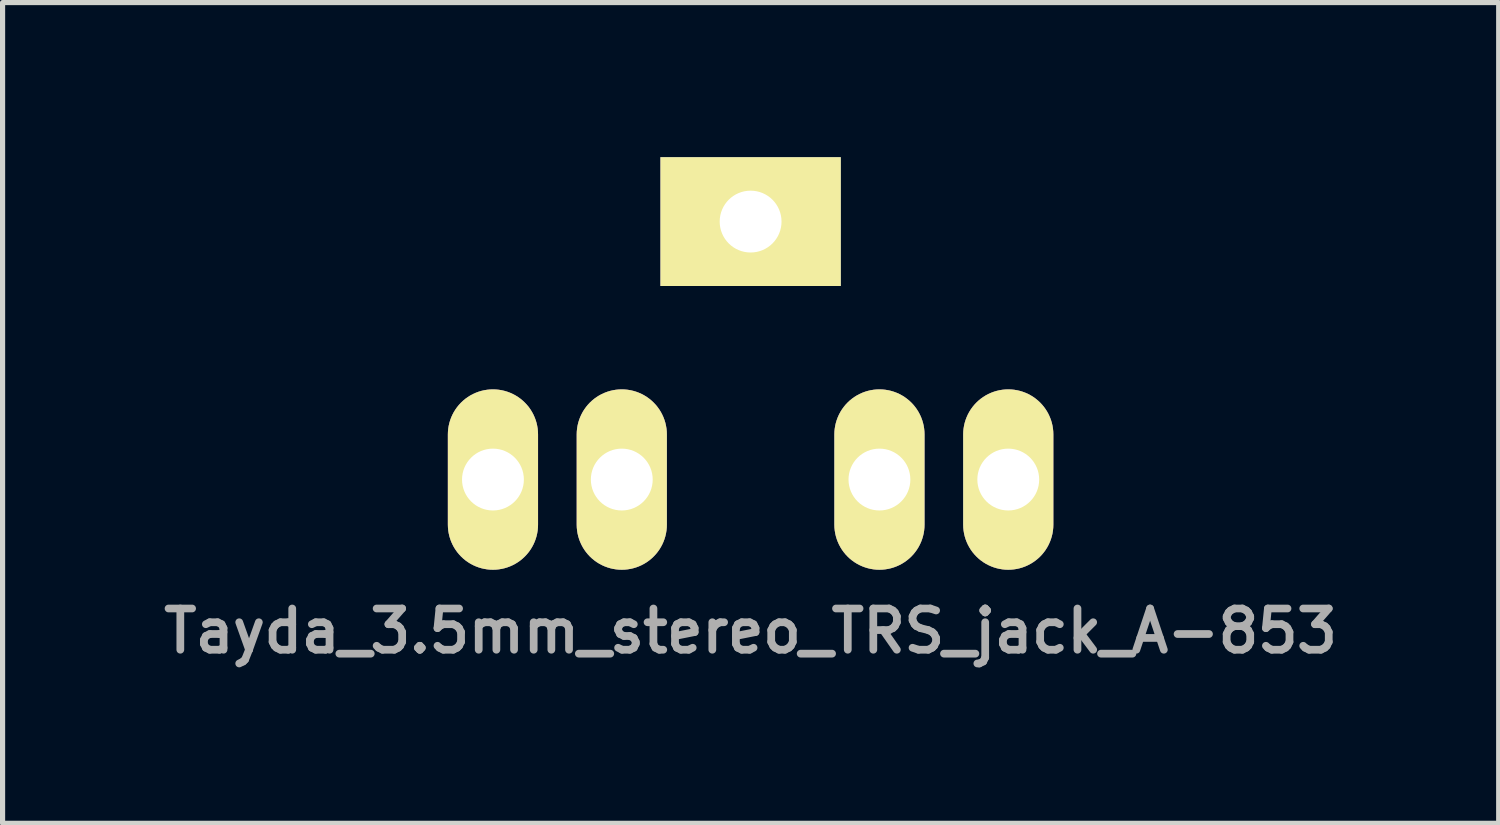
<source format=kicad_pcb>
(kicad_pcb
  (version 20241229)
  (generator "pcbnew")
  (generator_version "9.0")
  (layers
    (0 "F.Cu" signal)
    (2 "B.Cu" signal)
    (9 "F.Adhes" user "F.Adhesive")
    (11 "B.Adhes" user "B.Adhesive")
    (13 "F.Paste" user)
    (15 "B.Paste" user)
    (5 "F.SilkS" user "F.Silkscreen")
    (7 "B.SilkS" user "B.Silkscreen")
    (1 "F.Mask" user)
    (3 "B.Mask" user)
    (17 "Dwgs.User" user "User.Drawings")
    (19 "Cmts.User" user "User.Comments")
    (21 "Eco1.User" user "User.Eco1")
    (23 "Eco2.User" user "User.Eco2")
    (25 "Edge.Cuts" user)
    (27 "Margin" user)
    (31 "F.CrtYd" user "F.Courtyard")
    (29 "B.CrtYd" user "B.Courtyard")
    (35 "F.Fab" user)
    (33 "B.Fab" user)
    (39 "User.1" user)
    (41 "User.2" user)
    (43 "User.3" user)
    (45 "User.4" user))
  (footprint "Tayda_3.5mm_stereo_TRS_jack_A-853"
    (layer "F.Cu")
    (at 11.516 2.846)
    (property "Reference" "Tayda_3.5mm_stereo_TRS_jack_A-853" (at 0 6.35 0) (layer "F.Fab") (effects (font (size 0.8 0.8) (thickness 0.15))))
    (attr through_hole)
    (pad "R" thru_hole oval (at 5 3.41) (size 1.75 3.5) (drill 1.2) (layers "*.Cu" "*.Mask" "F.SilkS"))
    (pad "RN" thru_hole oval (at 2.5 3.41) (size 1.75 3.5) (drill 1.2) (layers "*.Cu" "*.Mask" "F.SilkS"))
    (pad "S" thru_hole rect (at 0 -1.596) (size 3.5 2.5) (drill 1.2) (layers "*.Cu" "*.Mask" "F.SilkS"))
    (pad "T" thru_hole oval (at -5 3.41) (size 1.75 3.5) (drill 1.2) (layers "*.Cu" "*.Mask" "F.SilkS"))
    (pad "TN" thru_hole oval (at -2.5 3.41) (size 1.75 3.5) (drill 1.2) (layers "*.Cu" "*.Mask" "F.SilkS")))
  (gr_rect
    (start -3 -3)
    (end 26.033 12.927)
    (stroke (width 0.1) (type default))
    (fill no)
    (layer "Edge.Cuts")))
</source>
